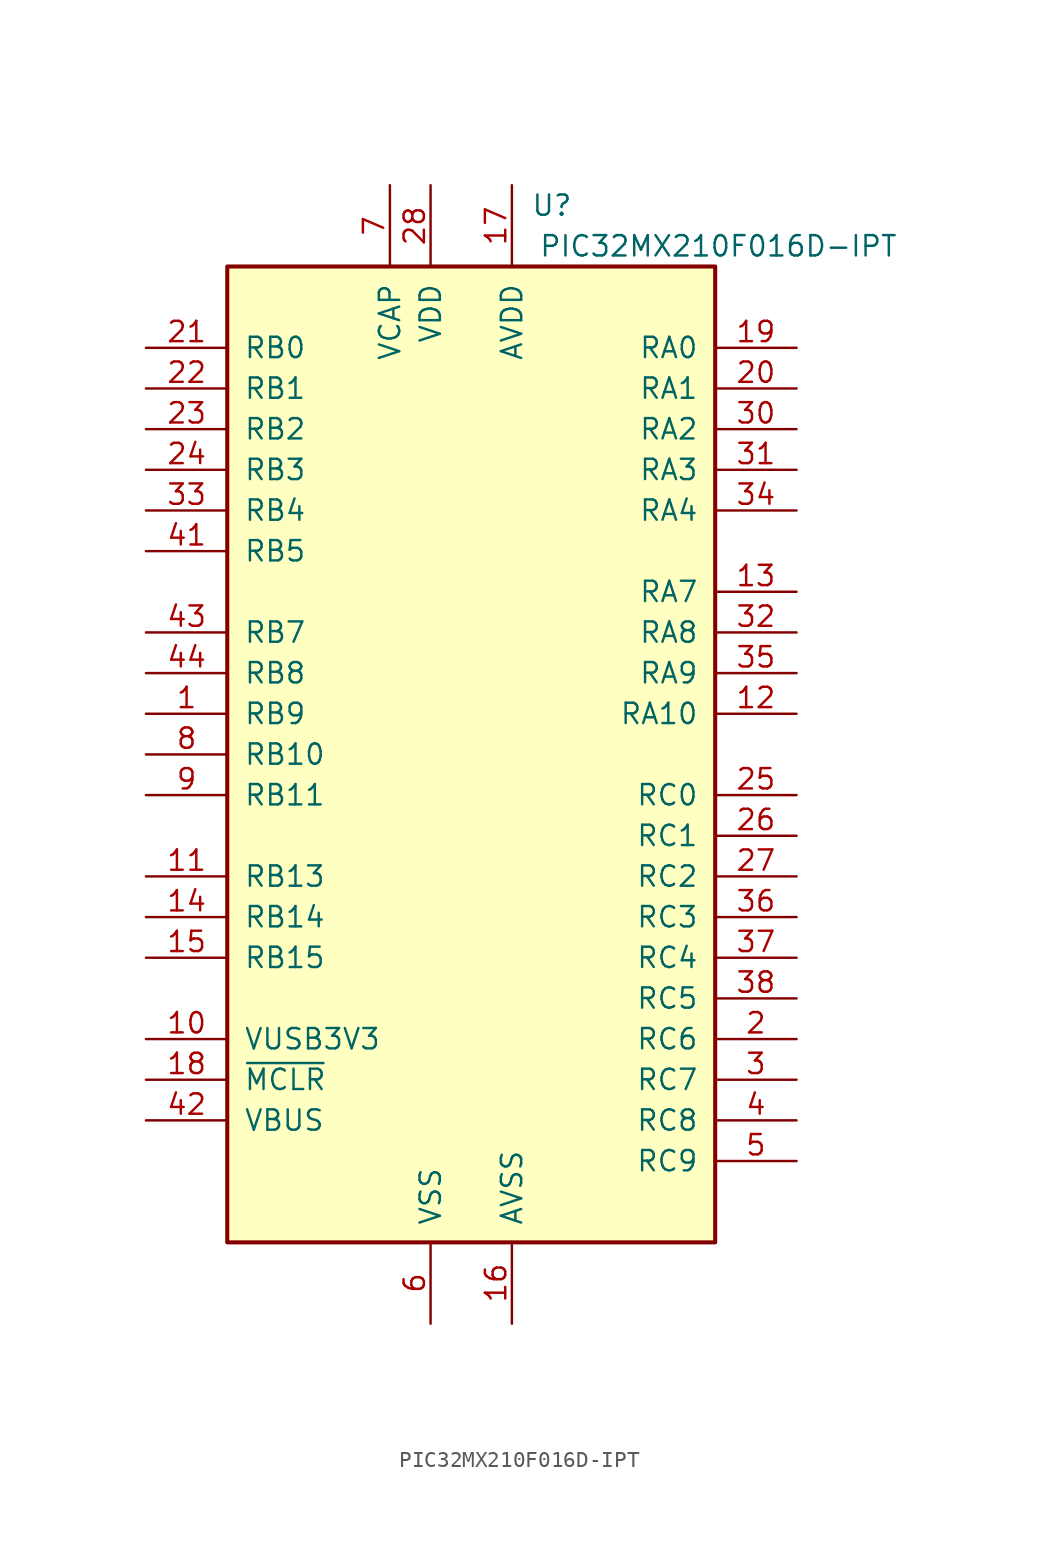
<source format=kicad_sym>
(kicad_symbol_lib
  (version 20231120)
  (generator "kicad_symbol_editor")
  (generator_version "8.0")
  (symbol "PIC32MX210F016D-IPT"
    (pin_names
      (offset 1.016))
    (property "Reference" "U"
      (at 6.35 34.29 0)
      (effects (font (size 1.27 1.27)) (justify right)))
    (property "Value" "PIC32MX210F016D-IPT"
      (at 26.67 31.75 0)
      (effects (font (size 1.27 1.27)) (justify right)))
    (symbol "PIC32MX210F016D-IPT_0_1"
      (rectangle (start -15.24 30.48) (end 15.24 -30.48) (stroke (width 0.254) (type default)) (fill (type background))))
    (symbol "PIC32MX210F016D-IPT_1_1"
      (pin bidirectional line (at -20.32 2.54 0) (length 5.08) (name "RB9" (effects (font (size 1.27 1.27)))) (number "1" (effects (font (size 1.27 1.27)))))
      (pin bidirectional line (at -20.32 -17.78 0) (length 5.08) (name "VUSB3V3" (effects (font (size 1.27 1.27)))) (number "10" (effects (font (size 1.27 1.27)))))
      (pin bidirectional line (at -20.32 -7.62 0) (length 5.08) (name "RB13" (effects (font (size 1.27 1.27)))) (number "11" (effects (font (size 1.27 1.27)))))
      (pin bidirectional line (at 20.32 2.54 180) (length 5.08) (name "RA10" (effects (font (size 1.27 1.27)))) (number "12" (effects (font (size 1.27 1.27)))))
      (pin bidirectional line (at 20.32 10.16 180) (length 5.08) (name "RA7" (effects (font (size 1.27 1.27)))) (number "13" (effects (font (size 1.27 1.27)))))
      (pin bidirectional line (at -20.32 -10.16 0) (length 5.08) (name "RB14" (effects (font (size 1.27 1.27)))) (number "14" (effects (font (size 1.27 1.27)))))
      (pin bidirectional line (at -20.32 -12.7 0) (length 5.08) (name "RB15" (effects (font (size 1.27 1.27)))) (number "15" (effects (font (size 1.27 1.27)))))
      (pin power_in line (at 2.54 -35.56 90) (length 5.08) (name "AVSS" (effects (font (size 1.27 1.27)))) (number "16" (effects (font (size 1.27 1.27)))))
      (pin power_in line (at 2.54 35.56 270) (length 5.08) (name "AVDD" (effects (font (size 1.27 1.27)))) (number "17" (effects (font (size 1.27 1.27)))))
      (pin input line (at -20.32 -20.32 0) (length 5.08) (name "~{MCLR}" (effects (font (size 1.27 1.27)))) (number "18" (effects (font (size 1.27 1.27)))))
      (pin input line (at 20.32 25.4 180) (length 5.08) (name "RA0" (effects (font (size 1.27 1.27)))) (number "19" (effects (font (size 1.27 1.27)))))
      (pin bidirectional line (at 20.32 -17.78 180) (length 5.08) (name "RC6" (effects (font (size 1.27 1.27)))) (number "2" (effects (font (size 1.27 1.27)))))
      (pin input line (at 20.32 22.86 180) (length 5.08) (name "RA1" (effects (font (size 1.27 1.27)))) (number "20" (effects (font (size 1.27 1.27)))))
      (pin input line (at -20.32 25.4 0) (length 5.08) (name "RB0" (effects (font (size 1.27 1.27)))) (number "21" (effects (font (size 1.27 1.27)))))
      (pin input line (at -20.32 22.86 0) (length 5.08) (name "RB1" (effects (font (size 1.27 1.27)))) (number "22" (effects (font (size 1.27 1.27)))))
      (pin input line (at -20.32 20.32 0) (length 5.08) (name "RB2" (effects (font (size 1.27 1.27)))) (number "23" (effects (font (size 1.27 1.27)))))
      (pin input line (at -20.32 17.78 0) (length 5.08) (name "RB3" (effects (font (size 1.27 1.27)))) (number "24" (effects (font (size 1.27 1.27)))))
      (pin input line (at 20.32 -2.54 180) (length 5.08) (name "RC0" (effects (font (size 1.27 1.27)))) (number "25" (effects (font (size 1.27 1.27)))))
      (pin input line (at 20.32 -5.08 180) (length 5.08) (name "RC1" (effects (font (size 1.27 1.27)))) (number "26" (effects (font (size 1.27 1.27)))))
      (pin input line (at 20.32 -7.62 180) (length 5.08) (name "RC2" (effects (font (size 1.27 1.27)))) (number "27" (effects (font (size 1.27 1.27)))))
      (pin power_in line (at -2.54 35.56 270) (length 5.08) (name "VDD" (effects (font (size 1.27 1.27)))) (number "28" (effects (font (size 1.27 1.27)))))
      (pin passive line (at -2.54 -35.56 90) (length 5.08) hide (name "VSS" (effects (font (size 1.27 1.27)))) (number "29" (effects (font (size 1.27 1.27)))))
      (pin bidirectional line (at 20.32 -20.32 180) (length 5.08) (name "RC7" (effects (font (size 1.27 1.27)))) (number "3" (effects (font (size 1.27 1.27)))))
      (pin input line (at 20.32 20.32 180) (length 5.08) (name "RA2" (effects (font (size 1.27 1.27)))) (number "30" (effects (font (size 1.27 1.27)))))
      (pin input line (at 20.32 17.78 180) (length 5.08) (name "RA3" (effects (font (size 1.27 1.27)))) (number "31" (effects (font (size 1.27 1.27)))))
      (pin input line (at 20.32 7.62 180) (length 5.08) (name "RA8" (effects (font (size 1.27 1.27)))) (number "32" (effects (font (size 1.27 1.27)))))
      (pin input line (at -20.32 15.24 0) (length 5.08) (name "RB4" (effects (font (size 1.27 1.27)))) (number "33" (effects (font (size 1.27 1.27)))))
      (pin input line (at 20.32 15.24 180) (length 5.08) (name "RA4" (effects (font (size 1.27 1.27)))) (number "34" (effects (font (size 1.27 1.27)))))
      (pin input line (at 20.32 5.08 180) (length 5.08) (name "RA9" (effects (font (size 1.27 1.27)))) (number "35" (effects (font (size 1.27 1.27)))))
      (pin input line (at 20.32 -10.16 180) (length 5.08) (name "RC3" (effects (font (size 1.27 1.27)))) (number "36" (effects (font (size 1.27 1.27)))))
      (pin input line (at 20.32 -12.7 180) (length 5.08) (name "RC4" (effects (font (size 1.27 1.27)))) (number "37" (effects (font (size 1.27 1.27)))))
      (pin input line (at 20.32 -15.24 180) (length 5.08) (name "RC5" (effects (font (size 1.27 1.27)))) (number "38" (effects (font (size 1.27 1.27)))))
      (pin passive line (at -2.54 -35.56 90) (length 5.08) hide (name "VSS" (effects (font (size 1.27 1.27)))) (number "39" (effects (font (size 1.27 1.27)))))
      (pin bidirectional line (at 20.32 -22.86 180) (length 5.08) (name "RC8" (effects (font (size 1.27 1.27)))) (number "4" (effects (font (size 1.27 1.27)))))
      (pin passive line (at -2.54 35.56 270) (length 5.08) hide (name "VDD" (effects (font (size 1.27 1.27)))) (number "40" (effects (font (size 1.27 1.27)))))
      (pin input line (at -20.32 12.7 0) (length 5.08) (name "RB5" (effects (font (size 1.27 1.27)))) (number "41" (effects (font (size 1.27 1.27)))))
      (pin input line (at -20.32 -22.86 0) (length 5.08) (name "VBUS" (effects (font (size 1.27 1.27)))) (number "42" (effects (font (size 1.27 1.27)))))
      (pin input line (at -20.32 7.62 0) (length 5.08) (name "RB7" (effects (font (size 1.27 1.27)))) (number "43" (effects (font (size 1.27 1.27)))))
      (pin input line (at -20.32 5.08 0) (length 5.08) (name "RB8" (effects (font (size 1.27 1.27)))) (number "44" (effects (font (size 1.27 1.27)))))
      (pin bidirectional line (at 20.32 -25.4 180) (length 5.08) (name "RC9" (effects (font (size 1.27 1.27)))) (number "5" (effects (font (size 1.27 1.27)))))
      (pin power_in line (at -2.54 -35.56 90) (length 5.08) (name "VSS" (effects (font (size 1.27 1.27)))) (number "6" (effects (font (size 1.27 1.27)))))
      (pin power_in line (at -5.08 35.56 270) (length 5.08) (name "VCAP" (effects (font (size 1.27 1.27)))) (number "7" (effects (font (size 1.27 1.27)))))
      (pin bidirectional line (at -20.32 0 0) (length 5.08) (name "RB10" (effects (font (size 1.27 1.27)))) (number "8" (effects (font (size 1.27 1.27)))))
      (pin bidirectional line (at -20.32 -2.54 0) (length 5.08) (name "RB11" (effects (font (size 1.27 1.27)))) (number "9" (effects (font (size 1.27 1.27))))))))
</source>
